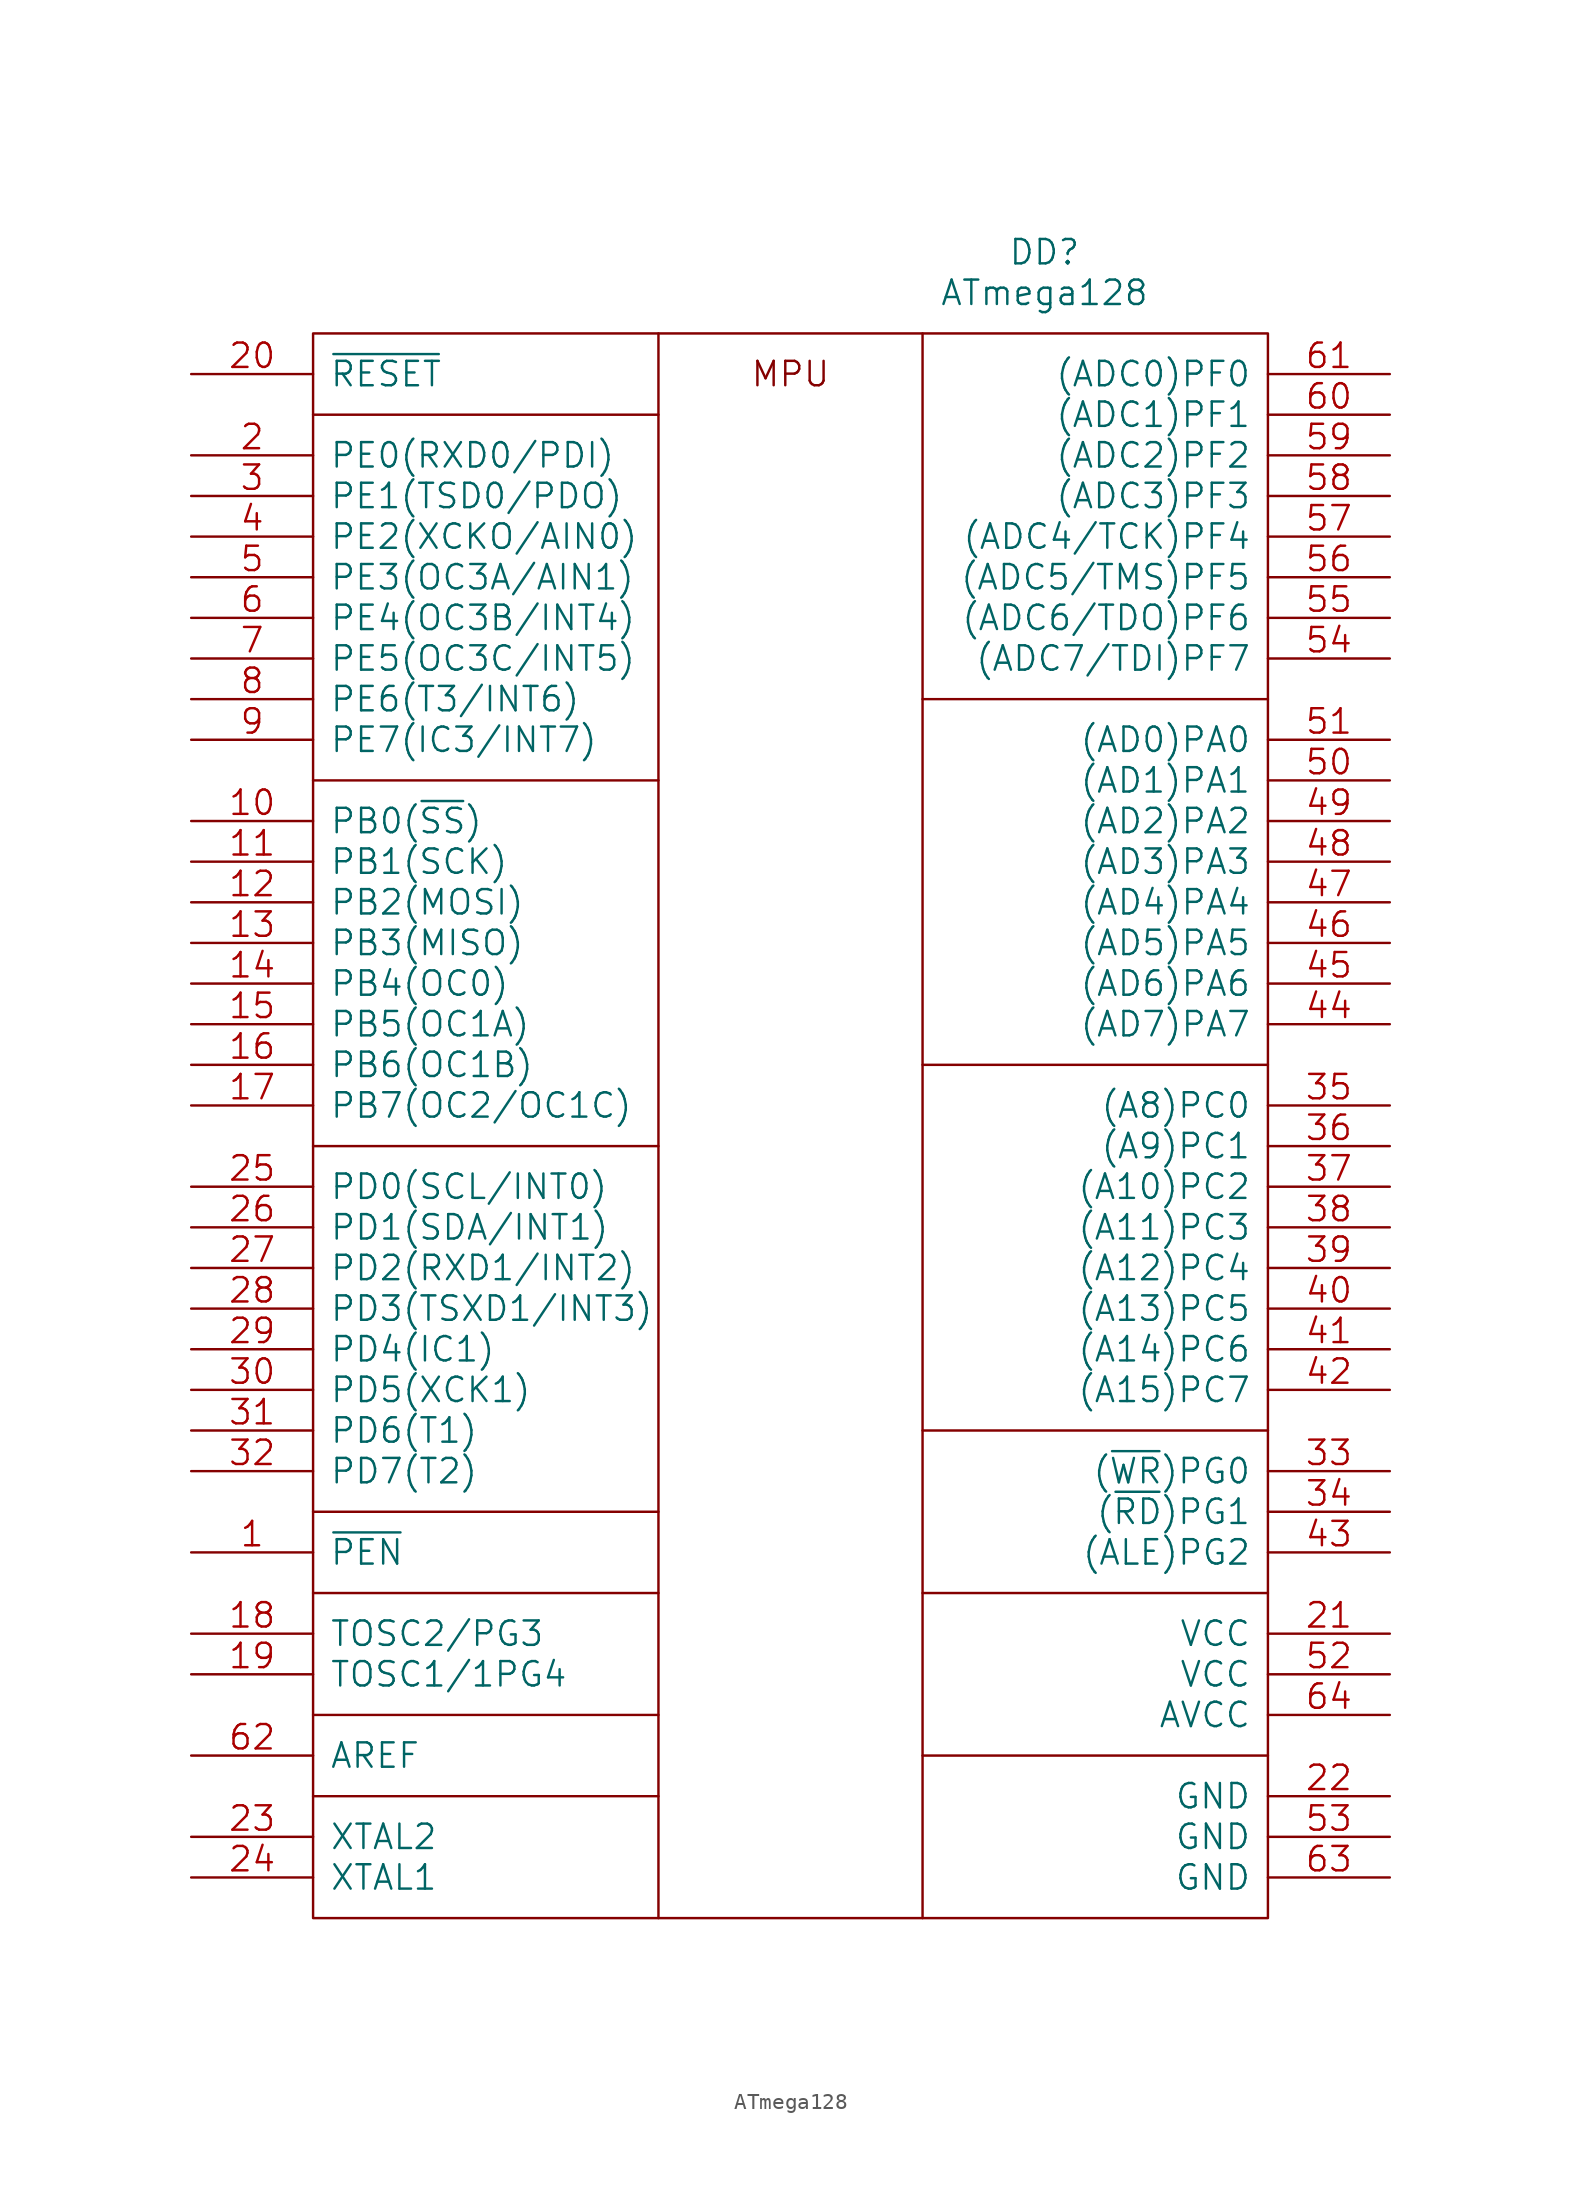
<source format=kicad_sym>
(kicad_symbol_lib
  (version 20211014)
  (generator kicad_symbol_editor)
  (symbol "ATmega128"
    (pin_names
      (offset 1.016))
    (property "Reference" "DD"
      (at 45.72 5.08 0)
      (effects (font (size 1.524 1.524))))
    (property "Value" "ATmega128"
      (at 45.72 2.54 0)
      (effects (font (size 1.524 1.524))))
    (property "Footprint" ""
      (at 0 0 0)
      (effects (font (size 1.524 1.524))))
    (property "Datasheet" ""
      (at 0 0 0)
      (effects (font (size 1.524 1.524))))
    (symbol "ATmega128_0_0"
      (polyline (pts (xy 0 -91.44) (xy 21.59 -91.44)) (stroke (width 0) (type default) (color 0 0 0 0)) (fill (type none)))
      (polyline (pts (xy 0 -86.36) (xy 21.59 -86.36)) (stroke (width 0) (type default) (color 0 0 0 0)) (fill (type none)))
      (polyline (pts (xy 0 -78.74) (xy 21.59 -78.74)) (stroke (width 0) (type default) (color 0 0 0 0)) (fill (type none)))
      (polyline (pts (xy 0 -73.66) (xy 21.59 -73.66)) (stroke (width 0) (type default) (color 0 0 0 0)) (fill (type none)))
      (polyline (pts (xy 0 -50.8) (xy 21.59 -50.8)) (stroke (width 0) (type default) (color 0 0 0 0)) (fill (type none)))
      (polyline (pts (xy 0 -27.94) (xy 21.59 -27.94)) (stroke (width 0) (type default) (color 0 0 0 0)) (fill (type none)))
      (polyline (pts (xy 0 -5.08) (xy 21.59 -5.08)) (stroke (width 0) (type default) (color 0 0 0 0)) (fill (type none)))
      (polyline (pts (xy 38.1 -99.06) (xy 38.1 0)) (stroke (width 0) (type default) (color 0 0 0 0)) (fill (type none)))
      (polyline (pts (xy 38.1 -88.9) (xy 59.69 -88.9)) (stroke (width 0) (type default) (color 0 0 0 0)) (fill (type none)))
      (polyline (pts (xy 38.1 -78.74) (xy 59.69 -78.74)) (stroke (width 0) (type default) (color 0 0 0 0)) (fill (type none)))
      (polyline (pts (xy 38.1 -68.58) (xy 59.69 -68.58)) (stroke (width 0) (type default) (color 0 0 0 0)) (fill (type none)))
      (polyline (pts (xy 38.1 -45.72) (xy 59.69 -45.72)) (stroke (width 0) (type default) (color 0 0 0 0)) (fill (type none)))
      (polyline (pts (xy 38.1 -22.86) (xy 59.69 -22.86)) (stroke (width 0) (type default) (color 0 0 0 0)) (fill (type none)))
      (polyline (pts (xy 21.59 0) (xy 21.59 -99.06) (xy 21.59 -99.06)) (stroke (width 0) (type default) (color 0 0 0 0)) (fill (type none)))
      (rectangle (start 0 0) (end 59.69 -99.06) (stroke (width 0) (type default) (color 0 0 0 0)) (fill (type none)))
      (text "MPU" (at 29.845 -2.54 0) (effects (font (size 1.524 1.524))))
      (pin input line (at -7.62 -76.2 0) (length 7.62) (name "~{PEN}" (effects (font (size 1.524 1.524)))) (number "1" (effects (font (size 1.524 1.524)))))
      (pin input line (at -7.62 -30.48 0) (length 7.62) (name "PB0(~{SS})" (effects (font (size 1.524 1.524)))) (number "10" (effects (font (size 1.524 1.524)))))
      (pin input line (at -7.62 -33.02 0) (length 7.62) (name "PB1(SCK)" (effects (font (size 1.524 1.524)))) (number "11" (effects (font (size 1.524 1.524)))))
      (pin input line (at -7.62 -35.56 0) (length 7.62) (name "PB2(MOSI)" (effects (font (size 1.524 1.524)))) (number "12" (effects (font (size 1.524 1.524)))))
      (pin input line (at -7.62 -38.1 0) (length 7.62) (name "PB3(MISO)" (effects (font (size 1.524 1.524)))) (number "13" (effects (font (size 1.524 1.524)))))
      (pin input line (at -7.62 -40.64 0) (length 7.62) (name "PB4(OC0)" (effects (font (size 1.524 1.524)))) (number "14" (effects (font (size 1.524 1.524)))))
      (pin input line (at -7.62 -43.18 0) (length 7.62) (name "PB5(OC1A)" (effects (font (size 1.524 1.524)))) (number "15" (effects (font (size 1.524 1.524)))))
      (pin input line (at -7.62 -45.72 0) (length 7.62) (name "PB6(OC1B)" (effects (font (size 1.524 1.524)))) (number "16" (effects (font (size 1.524 1.524)))))
      (pin input line (at -7.62 -48.26 0) (length 7.62) (name "PB7(OC2/OC1C)" (effects (font (size 1.524 1.524)))) (number "17" (effects (font (size 1.524 1.524)))))
      (pin input line (at -7.62 -81.28 0) (length 7.62) (name "TOSC2/PG3" (effects (font (size 1.524 1.524)))) (number "18" (effects (font (size 1.524 1.524)))))
      (pin input line (at -7.62 -83.82 0) (length 7.62) (name "TOSC1/1PG4" (effects (font (size 1.524 1.524)))) (number "19" (effects (font (size 1.524 1.524)))))
      (pin input line (at -7.62 -7.62 0) (length 7.62) (name "PE0(RXD0/PDI)" (effects (font (size 1.524 1.524)))) (number "2" (effects (font (size 1.524 1.524)))))
      (pin input line (at -7.62 -2.54 0) (length 7.62) (name "~{RESET}" (effects (font (size 1.524 1.524)))) (number "20" (effects (font (size 1.524 1.524)))))
      (pin input line (at 67.31 -81.28 180) (length 7.62) (name "VCC" (effects (font (size 1.524 1.524)))) (number "21" (effects (font (size 1.524 1.524)))))
      (pin input line (at 67.31 -91.44 180) (length 7.62) (name "GND" (effects (font (size 1.524 1.524)))) (number "22" (effects (font (size 1.524 1.524)))))
      (pin input line (at -7.62 -93.98 0) (length 7.62) (name "XTAL2" (effects (font (size 1.524 1.524)))) (number "23" (effects (font (size 1.524 1.524)))))
      (pin input line (at -7.62 -96.52 0) (length 7.62) (name "XTAL1" (effects (font (size 1.524 1.524)))) (number "24" (effects (font (size 1.524 1.524)))))
      (pin input line (at -7.62 -53.34 0) (length 7.62) (name "PD0(SCL/INT0)" (effects (font (size 1.524 1.524)))) (number "25" (effects (font (size 1.524 1.524)))))
      (pin input line (at -7.62 -55.88 0) (length 7.62) (name "PD1(SDA/INT1)" (effects (font (size 1.524 1.524)))) (number "26" (effects (font (size 1.524 1.524)))))
      (pin input line (at -7.62 -58.42 0) (length 7.62) (name "PD2(RXD1/INT2)" (effects (font (size 1.524 1.524)))) (number "27" (effects (font (size 1.524 1.524)))))
      (pin input line (at -7.62 -60.96 0) (length 7.62) (name "PD3(TSXD1/INT3)" (effects (font (size 1.524 1.524)))) (number "28" (effects (font (size 1.524 1.524)))))
      (pin input line (at -7.62 -63.5 0) (length 7.62) (name "PD4(IC1)" (effects (font (size 1.524 1.524)))) (number "29" (effects (font (size 1.524 1.524)))))
      (pin input line (at -7.62 -10.16 0) (length 7.62) (name "PE1(TSD0/PDO)" (effects (font (size 1.524 1.524)))) (number "3" (effects (font (size 1.524 1.524)))))
      (pin input line (at -7.62 -66.04 0) (length 7.62) (name "PD5(XCK1)" (effects (font (size 1.524 1.524)))) (number "30" (effects (font (size 1.524 1.524)))))
      (pin input line (at -7.62 -68.58 0) (length 7.62) (name "PD6(T1)" (effects (font (size 1.524 1.524)))) (number "31" (effects (font (size 1.524 1.524)))))
      (pin input line (at -7.62 -71.12 0) (length 7.62) (name "PD7(T2)" (effects (font (size 1.524 1.524)))) (number "32" (effects (font (size 1.524 1.524)))))
      (pin input line (at 67.31 -71.12 180) (length 7.62) (name "(~{WR})PG0" (effects (font (size 1.524 1.524)))) (number "33" (effects (font (size 1.524 1.524)))))
      (pin power_out line (at 67.31 -73.66 180) (length 7.62) (name "(~{RD})PG1" (effects (font (size 1.524 1.524)))) (number "34" (effects (font (size 1.524 1.524)))))
      (pin input line (at 67.31 -48.26 180) (length 7.62) (name "(A8)PC0" (effects (font (size 1.524 1.524)))) (number "35" (effects (font (size 1.524 1.524)))))
      (pin input line (at 67.31 -50.8 180) (length 7.62) (name "(A9)PC1" (effects (font (size 1.524 1.524)))) (number "36" (effects (font (size 1.524 1.524)))))
      (pin input line (at 67.31 -53.34 180) (length 7.62) (name "(A10)PC2" (effects (font (size 1.524 1.524)))) (number "37" (effects (font (size 1.524 1.524)))))
      (pin power_out line (at 67.31 -55.88 180) (length 7.62) (name "(A11)PC3" (effects (font (size 1.524 1.524)))) (number "38" (effects (font (size 1.524 1.524)))))
      (pin input line (at 67.31 -58.42 180) (length 7.62) (name "(A12)PC4" (effects (font (size 1.524 1.524)))) (number "39" (effects (font (size 1.524 1.524)))))
      (pin input line (at -7.62 -12.7 0) (length 7.62) (name "PE2(XCKO/AIN0)" (effects (font (size 1.524 1.524)))) (number "4" (effects (font (size 1.524 1.524)))))
      (pin input line (at 67.31 -60.96 180) (length 7.62) (name "(A13)PC5" (effects (font (size 1.524 1.524)))) (number "40" (effects (font (size 1.524 1.524)))))
      (pin input line (at 67.31 -63.5 180) (length 7.62) (name "(A14)PC6" (effects (font (size 1.524 1.524)))) (number "41" (effects (font (size 1.524 1.524)))))
      (pin power_out line (at 67.31 -66.04 180) (length 7.62) (name "(A15)PC7" (effects (font (size 1.524 1.524)))) (number "42" (effects (font (size 1.524 1.524)))))
      (pin input line (at 67.31 -76.2 180) (length 7.62) (name "(ALE)PG2" (effects (font (size 1.524 1.524)))) (number "43" (effects (font (size 1.524 1.524)))))
      (pin input line (at 67.31 -43.18 180) (length 7.62) (name "(AD7)PA7" (effects (font (size 1.524 1.524)))) (number "44" (effects (font (size 1.524 1.524)))))
      (pin input line (at 67.31 -40.64 180) (length 7.62) (name "(AD6)PA6" (effects (font (size 1.524 1.524)))) (number "45" (effects (font (size 1.524 1.524)))))
      (pin power_out line (at 67.31 -38.1 180) (length 7.62) (name "(AD5)PA5" (effects (font (size 1.524 1.524)))) (number "46" (effects (font (size 1.524 1.524)))))
      (pin input line (at 67.31 -35.56 180) (length 7.62) (name "(AD4)PA4" (effects (font (size 1.524 1.524)))) (number "47" (effects (font (size 1.524 1.524)))))
      (pin input line (at 67.31 -33.02 180) (length 7.62) (name "(AD3)PA3" (effects (font (size 1.524 1.524)))) (number "48" (effects (font (size 1.524 1.524)))))
      (pin input line (at 67.31 -30.48 180) (length 7.62) (name "(AD2)PA2" (effects (font (size 1.524 1.524)))) (number "49" (effects (font (size 1.524 1.524)))))
      (pin input line (at -7.62 -15.24 0) (length 7.62) (name "PE3(OC3A/AIN1)" (effects (font (size 1.524 1.524)))) (number "5" (effects (font (size 1.524 1.524)))))
      (pin power_out line (at 67.31 -27.94 180) (length 7.62) (name "(AD1)PA1" (effects (font (size 1.524 1.524)))) (number "50" (effects (font (size 1.524 1.524)))))
      (pin input line (at 67.31 -25.4 180) (length 7.62) (name "(AD0)PA0" (effects (font (size 1.524 1.524)))) (number "51" (effects (font (size 1.524 1.524)))))
      (pin input line (at 67.31 -83.82 180) (length 7.62) (name "VCC" (effects (font (size 1.524 1.524)))) (number "52" (effects (font (size 1.524 1.524)))))
      (pin input line (at 67.31 -93.98 180) (length 7.62) (name "GND" (effects (font (size 1.524 1.524)))) (number "53" (effects (font (size 1.524 1.524)))))
      (pin power_out line (at 67.31 -20.32 180) (length 7.62) (name "(ADC7/TDI)PF7" (effects (font (size 1.524 1.524)))) (number "54" (effects (font (size 1.524 1.524)))))
      (pin input line (at 67.31 -17.78 180) (length 7.62) (name "(ADC6/TDO)PF6" (effects (font (size 1.524 1.524)))) (number "55" (effects (font (size 1.524 1.524)))))
      (pin input line (at 67.31 -15.24 180) (length 7.62) (name "(ADC5/TMS)PF5" (effects (font (size 1.524 1.524)))) (number "56" (effects (font (size 1.524 1.524)))))
      (pin input line (at 67.31 -12.7 180) (length 7.62) (name "(ADC4/TCK)PF4" (effects (font (size 1.524 1.524)))) (number "57" (effects (font (size 1.524 1.524)))))
      (pin power_out line (at 67.31 -10.16 180) (length 7.62) (name "(ADC3)PF3" (effects (font (size 1.524 1.524)))) (number "58" (effects (font (size 1.524 1.524)))))
      (pin input line (at 67.31 -7.62 180) (length 7.62) (name "(ADC2)PF2" (effects (font (size 1.524 1.524)))) (number "59" (effects (font (size 1.524 1.524)))))
      (pin input line (at -7.62 -17.78 0) (length 7.62) (name "PE4(OC3B/INT4)" (effects (font (size 1.524 1.524)))) (number "6" (effects (font (size 1.524 1.524)))))
      (pin input line (at 67.31 -5.08 180) (length 7.62) (name "(ADC1)PF1" (effects (font (size 1.524 1.524)))) (number "60" (effects (font (size 1.524 1.524)))))
      (pin input line (at 67.31 -2.54 180) (length 7.62) (name "(ADC0)PF0" (effects (font (size 1.524 1.524)))) (number "61" (effects (font (size 1.524 1.524)))))
      (pin power_out line (at -7.62 -88.9 0) (length 7.62) (name "AREF" (effects (font (size 1.524 1.524)))) (number "62" (effects (font (size 1.524 1.524)))))
      (pin input line (at 67.31 -96.52 180) (length 7.62) (name "GND" (effects (font (size 1.524 1.524)))) (number "63" (effects (font (size 1.524 1.524)))))
      (pin input line (at 67.31 -86.36 180) (length 7.62) (name "AVCC" (effects (font (size 1.524 1.524)))) (number "64" (effects (font (size 1.524 1.524)))))
      (pin input line (at -7.62 -20.32 0) (length 7.62) (name "PE5(OC3C/INT5)" (effects (font (size 1.524 1.524)))) (number "7" (effects (font (size 1.524 1.524)))))
      (pin input line (at -7.62 -22.86 0) (length 7.62) (name "PE6(T3/INT6)" (effects (font (size 1.524 1.524)))) (number "8" (effects (font (size 1.524 1.524)))))
      (pin input line (at -7.62 -25.4 0) (length 7.62) (name "PE7(IC3/INT7)" (effects (font (size 1.524 1.524)))) (number "9" (effects (font (size 1.524 1.524))))))))
</source>
